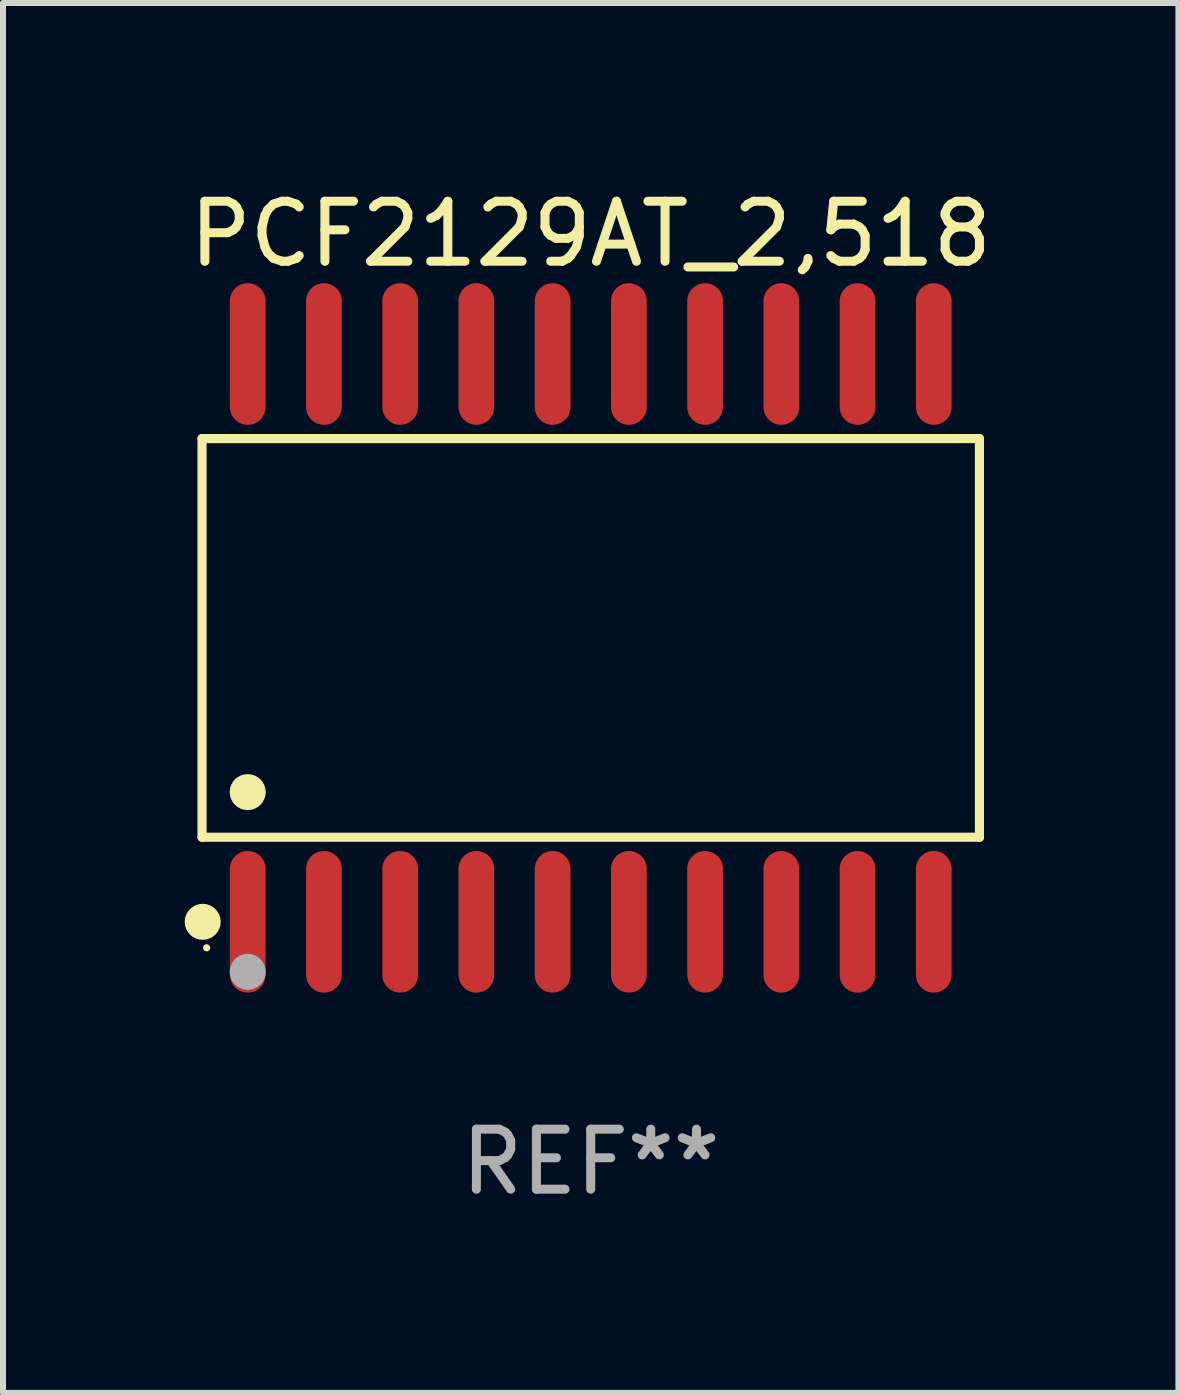
<source format=kicad_pcb>
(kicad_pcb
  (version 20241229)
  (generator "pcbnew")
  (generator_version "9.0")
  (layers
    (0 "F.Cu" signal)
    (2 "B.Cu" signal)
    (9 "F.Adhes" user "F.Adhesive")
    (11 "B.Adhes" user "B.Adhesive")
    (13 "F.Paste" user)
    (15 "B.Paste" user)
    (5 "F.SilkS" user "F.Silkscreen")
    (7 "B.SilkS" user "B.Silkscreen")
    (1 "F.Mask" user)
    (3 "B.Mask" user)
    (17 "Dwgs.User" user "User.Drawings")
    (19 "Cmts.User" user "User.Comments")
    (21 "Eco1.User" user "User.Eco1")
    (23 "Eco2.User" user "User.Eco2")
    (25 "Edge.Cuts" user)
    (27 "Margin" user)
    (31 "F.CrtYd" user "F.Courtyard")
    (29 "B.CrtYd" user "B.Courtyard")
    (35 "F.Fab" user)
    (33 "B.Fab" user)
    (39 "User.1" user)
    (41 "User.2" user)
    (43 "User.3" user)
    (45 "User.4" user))
  (footprint "PCF2129AT_2,518"
    (layer "F.Cu")
    (at 6.792 7.578)
    (property "Reference" "PCF2129AT_2,518" (at 0 -6.73 0) (layer "F.SilkS") (effects (font (size 1 1) (thickness 0.15))))
    (attr through_hole)
    (fp_line (start -6.476 -3.321) (end 6.476 -3.321) (stroke (width 0.152) (type solid)) (layer "F.SilkS"))
    (fp_line (start -6.476 3.321) (end -6.476 -3.321) (stroke (width 0.152) (type solid)) (layer "F.SilkS"))
    (fp_line (start 6.476 -3.321) (end 6.476 3.321) (stroke (width 0.152) (type solid)) (layer "F.SilkS"))
    (fp_line (start 6.476 3.321) (end -6.476 3.321) (stroke (width 0.152) (type solid)) (layer "F.SilkS"))
    (fp_circle (center -6.465 4.73) (end -6.315 4.73) (stroke (width 0.3) (type solid)) (fill no) (layer "F.SilkS"))
    (fp_circle (center -6.4 5.163) (end -6.37 5.163) (stroke (width 0.06) (type solid)) (fill no) (layer "F.SilkS"))
    (fp_circle (center -5.715 2.569) (end -5.565 2.569) (stroke (width 0.3) (type solid)) (fill no) (layer "F.SilkS"))
    (fp_circle (center -5.715 5.563) (end -5.565 5.563) (stroke (width 0.3) (type solid)) (fill no) (layer "F.Fab"))
    (fp_text user "REF**" (at 0 8.73 0) (layer "F.Fab") (effects (font (size 1 1) (thickness 0.15))))
    (pad "1" smd oval (at -5.715 4.73) (size 0.595 2.36) (layers "F.Cu" "F.Mask" "F.Paste"))
    (pad "2" smd oval (at -4.445 4.73) (size 0.595 2.36) (layers "F.Cu" "F.Mask" "F.Paste"))
    (pad "3" smd oval (at -3.175 4.73) (size 0.595 2.36) (layers "F.Cu" "F.Mask" "F.Paste"))
    (pad "4" smd oval (at -1.905 4.73) (size 0.595 2.36) (layers "F.Cu" "F.Mask" "F.Paste"))
    (pad "5" smd oval (at -0.635 4.73) (size 0.595 2.36) (layers "F.Cu" "F.Mask" "F.Paste"))
    (pad "6" smd oval (at 0.635 4.73) (size 0.595 2.36) (layers "F.Cu" "F.Mask" "F.Paste"))
    (pad "7" smd oval (at 1.905 4.73) (size 0.595 2.36) (layers "F.Cu" "F.Mask" "F.Paste"))
    (pad "8" smd oval (at 3.175 4.73) (size 0.595 2.36) (layers "F.Cu" "F.Mask" "F.Paste"))
    (pad "9" smd oval (at 4.445 4.73) (size 0.595 2.36) (layers "F.Cu" "F.Mask" "F.Paste"))
    (pad "10" smd oval (at 5.715 4.73) (size 0.595 2.36) (layers "F.Cu" "F.Mask" "F.Paste"))
    (pad "11" smd oval (at 5.715 -4.73) (size 0.595 2.36) (layers "F.Cu" "F.Mask" "F.Paste"))
    (pad "12" smd oval (at 4.445 -4.73) (size 0.595 2.36) (layers "F.Cu" "F.Mask" "F.Paste"))
    (pad "13" smd oval (at 3.175 -4.73) (size 0.595 2.36) (layers "F.Cu" "F.Mask" "F.Paste"))
    (pad "14" smd oval (at 1.905 -4.73) (size 0.595 2.36) (layers "F.Cu" "F.Mask" "F.Paste"))
    (pad "15" smd oval (at 0.635 -4.73) (size 0.595 2.36) (layers "F.Cu" "F.Mask" "F.Paste"))
    (pad "16" smd oval (at -0.635 -4.73) (size 0.595 2.36) (layers "F.Cu" "F.Mask" "F.Paste"))
    (pad "17" smd oval (at -1.905 -4.73) (size 0.595 2.36) (layers "F.Cu" "F.Mask" "F.Paste"))
    (pad "18" smd oval (at -3.175 -4.73) (size 0.595 2.36) (layers "F.Cu" "F.Mask" "F.Paste"))
    (pad "19" smd oval (at -4.445 -4.73) (size 0.595 2.36) (layers "F.Cu" "F.Mask" "F.Paste"))
    (pad "20" smd oval (at -5.715 -4.73) (size 0.595 2.36) (layers "F.Cu" "F.Mask" "F.Paste")))
  (gr_rect
    (start -3 -3)
    (end 16.583 20.156)
    (stroke (width 0.1) (type default))
    (fill no)
    (layer "Edge.Cuts")))
</source>
